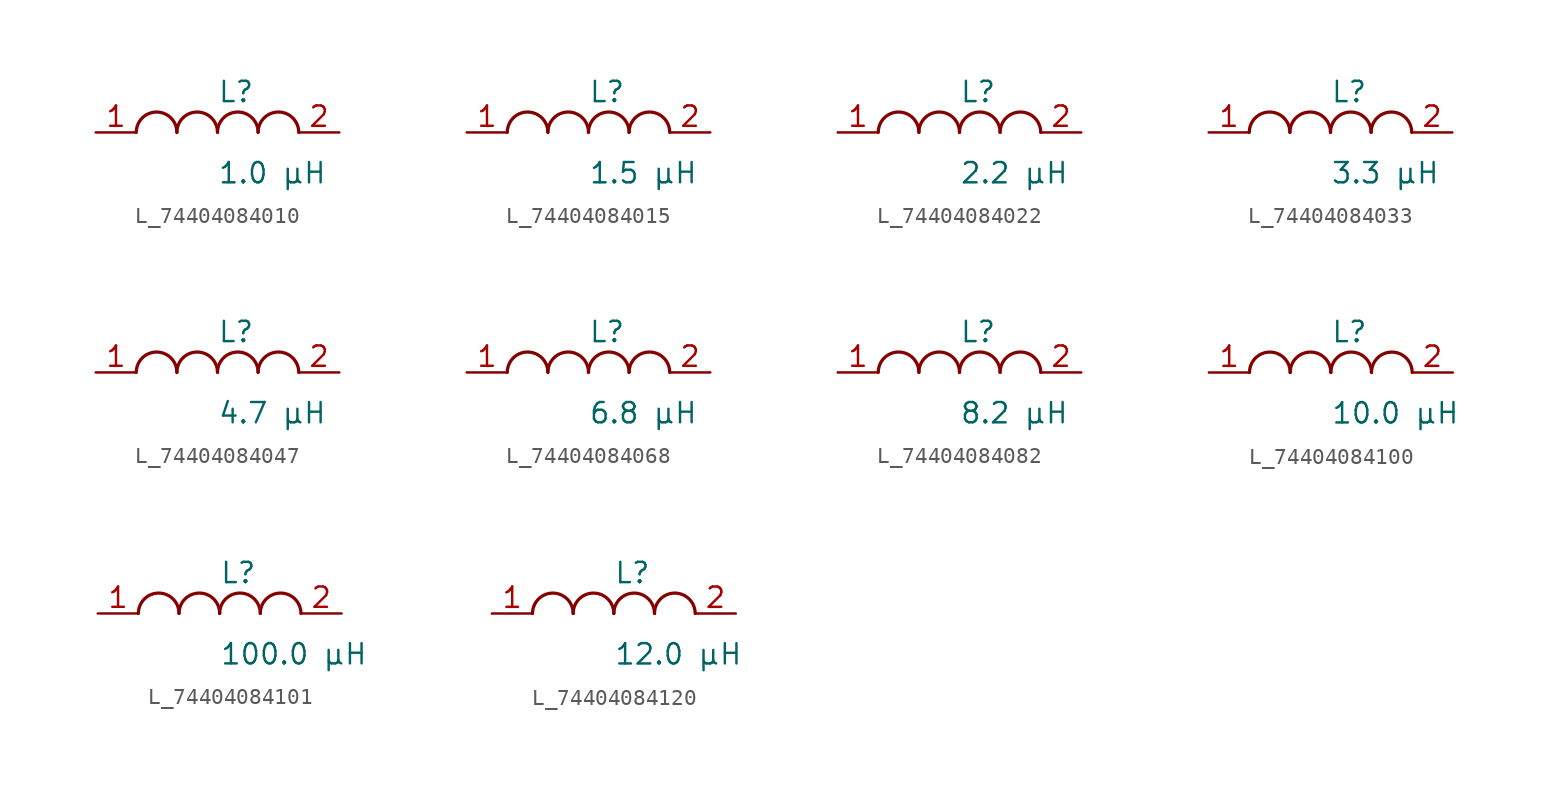
<source format=kicad_sym>
(kicad_symbol_lib
  (version 20231120)
  (generator kicad_symbol_editor)
  (generator_version 8.0)
  (symbol "L_74404084010"
    (pin_names
      (offset 0.254))
    (property "Reference" "L"
      (at 0.0 2.54 0)
      (effects (font (size 1.27 1.27)) (justify left)))
    (property "Value" "1.0 µH"
      (at 0.0 -2.54 0)
      (effects (font (size 1.27 1.27)) (justify left)))
    (symbol "L_74404084010_1_1"
      (arc (start -2.54 0.0056) (mid -3.81 1.27) (end -5.08 0.0056) (stroke (width 0.2032) (type default)) (fill (type none)))
      (arc (start 0 0.0056) (mid -1.27 1.27) (end -2.54 0.0056) (stroke (width 0.2032) (type default)) (fill (type none)))
      (arc (start 2.54 0.0056) (mid 1.27 1.27) (end 0 0.0056) (stroke (width 0.2032) (type default)) (fill (type none)))
      (arc (start 5.08 0.0056) (mid 3.81 1.27) (end 2.54 0.0056) (stroke (width 0.2032) (type default)) (fill (type none)))
      (pin unspecified line (at -7.62 0 0) (length 2.54) (name "" (effects (font (size 1.27 1.27)))) (number "1" (effects (font (size 1.27 1.27)))))
      (pin unspecified line (at 7.62 0 180) (length 2.54) (name "" (effects (font (size 1.27 1.27)))) (number "2" (effects (font (size 1.27 1.27)))))))
  (symbol "L_74404084015"
    (pin_names
      (offset 0.254))
    (property "Reference" "L"
      (at 0.0 2.54 0)
      (effects (font (size 1.27 1.27)) (justify left)))
    (property "Value" "1.5 µH"
      (at 0.0 -2.54 0)
      (effects (font (size 1.27 1.27)) (justify left)))
    (symbol "L_74404084015_1_1"
      (arc (start -2.54 0.0056) (mid -3.81 1.27) (end -5.08 0.0056) (stroke (width 0.2032) (type default)) (fill (type none)))
      (arc (start 0 0.0056) (mid -1.27 1.27) (end -2.54 0.0056) (stroke (width 0.2032) (type default)) (fill (type none)))
      (arc (start 2.54 0.0056) (mid 1.27 1.27) (end 0 0.0056) (stroke (width 0.2032) (type default)) (fill (type none)))
      (arc (start 5.08 0.0056) (mid 3.81 1.27) (end 2.54 0.0056) (stroke (width 0.2032) (type default)) (fill (type none)))
      (pin unspecified line (at -7.62 0 0) (length 2.54) (name "" (effects (font (size 1.27 1.27)))) (number "1" (effects (font (size 1.27 1.27)))))
      (pin unspecified line (at 7.62 0 180) (length 2.54) (name "" (effects (font (size 1.27 1.27)))) (number "2" (effects (font (size 1.27 1.27)))))))
  (symbol "L_74404084022"
    (pin_names
      (offset 0.254))
    (property "Reference" "L"
      (at 0.0 2.54 0)
      (effects (font (size 1.27 1.27)) (justify left)))
    (property "Value" "2.2 µH"
      (at 0.0 -2.54 0)
      (effects (font (size 1.27 1.27)) (justify left)))
    (symbol "L_74404084022_1_1"
      (arc (start -2.54 0.0056) (mid -3.81 1.27) (end -5.08 0.0056) (stroke (width 0.2032) (type default)) (fill (type none)))
      (arc (start 0 0.0056) (mid -1.27 1.27) (end -2.54 0.0056) (stroke (width 0.2032) (type default)) (fill (type none)))
      (arc (start 2.54 0.0056) (mid 1.27 1.27) (end 0 0.0056) (stroke (width 0.2032) (type default)) (fill (type none)))
      (arc (start 5.08 0.0056) (mid 3.81 1.27) (end 2.54 0.0056) (stroke (width 0.2032) (type default)) (fill (type none)))
      (pin unspecified line (at -7.62 0 0) (length 2.54) (name "" (effects (font (size 1.27 1.27)))) (number "1" (effects (font (size 1.27 1.27)))))
      (pin unspecified line (at 7.62 0 180) (length 2.54) (name "" (effects (font (size 1.27 1.27)))) (number "2" (effects (font (size 1.27 1.27)))))))
  (symbol "L_74404084033"
    (pin_names
      (offset 0.254))
    (property "Reference" "L"
      (at 0.0 2.54 0)
      (effects (font (size 1.27 1.27)) (justify left)))
    (property "Value" "3.3 µH"
      (at 0.0 -2.54 0)
      (effects (font (size 1.27 1.27)) (justify left)))
    (symbol "L_74404084033_1_1"
      (arc (start -2.54 0.0056) (mid -3.81 1.27) (end -5.08 0.0056) (stroke (width 0.2032) (type default)) (fill (type none)))
      (arc (start 0 0.0056) (mid -1.27 1.27) (end -2.54 0.0056) (stroke (width 0.2032) (type default)) (fill (type none)))
      (arc (start 2.54 0.0056) (mid 1.27 1.27) (end 0 0.0056) (stroke (width 0.2032) (type default)) (fill (type none)))
      (arc (start 5.08 0.0056) (mid 3.81 1.27) (end 2.54 0.0056) (stroke (width 0.2032) (type default)) (fill (type none)))
      (pin unspecified line (at -7.62 0 0) (length 2.54) (name "" (effects (font (size 1.27 1.27)))) (number "1" (effects (font (size 1.27 1.27)))))
      (pin unspecified line (at 7.62 0 180) (length 2.54) (name "" (effects (font (size 1.27 1.27)))) (number "2" (effects (font (size 1.27 1.27)))))))
  (symbol "L_74404084047"
    (pin_names
      (offset 0.254))
    (property "Reference" "L"
      (at 0.0 2.54 0)
      (effects (font (size 1.27 1.27)) (justify left)))
    (property "Value" "4.7 µH"
      (at 0.0 -2.54 0)
      (effects (font (size 1.27 1.27)) (justify left)))
    (symbol "L_74404084047_1_1"
      (arc (start -2.54 0.0056) (mid -3.81 1.27) (end -5.08 0.0056) (stroke (width 0.2032) (type default)) (fill (type none)))
      (arc (start 0 0.0056) (mid -1.27 1.27) (end -2.54 0.0056) (stroke (width 0.2032) (type default)) (fill (type none)))
      (arc (start 2.54 0.0056) (mid 1.27 1.27) (end 0 0.0056) (stroke (width 0.2032) (type default)) (fill (type none)))
      (arc (start 5.08 0.0056) (mid 3.81 1.27) (end 2.54 0.0056) (stroke (width 0.2032) (type default)) (fill (type none)))
      (pin unspecified line (at -7.62 0 0) (length 2.54) (name "" (effects (font (size 1.27 1.27)))) (number "1" (effects (font (size 1.27 1.27)))))
      (pin unspecified line (at 7.62 0 180) (length 2.54) (name "" (effects (font (size 1.27 1.27)))) (number "2" (effects (font (size 1.27 1.27)))))))
  (symbol "L_74404084068"
    (pin_names
      (offset 0.254))
    (property "Reference" "L"
      (at 0.0 2.54 0)
      (effects (font (size 1.27 1.27)) (justify left)))
    (property "Value" "6.8 µH"
      (at 0.0 -2.54 0)
      (effects (font (size 1.27 1.27)) (justify left)))
    (symbol "L_74404084068_1_1"
      (arc (start -2.54 0.0056) (mid -3.81 1.27) (end -5.08 0.0056) (stroke (width 0.2032) (type default)) (fill (type none)))
      (arc (start 0 0.0056) (mid -1.27 1.27) (end -2.54 0.0056) (stroke (width 0.2032) (type default)) (fill (type none)))
      (arc (start 2.54 0.0056) (mid 1.27 1.27) (end 0 0.0056) (stroke (width 0.2032) (type default)) (fill (type none)))
      (arc (start 5.08 0.0056) (mid 3.81 1.27) (end 2.54 0.0056) (stroke (width 0.2032) (type default)) (fill (type none)))
      (pin unspecified line (at -7.62 0 0) (length 2.54) (name "" (effects (font (size 1.27 1.27)))) (number "1" (effects (font (size 1.27 1.27)))))
      (pin unspecified line (at 7.62 0 180) (length 2.54) (name "" (effects (font (size 1.27 1.27)))) (number "2" (effects (font (size 1.27 1.27)))))))
  (symbol "L_74404084082"
    (pin_names
      (offset 0.254))
    (property "Reference" "L"
      (at 0.0 2.54 0)
      (effects (font (size 1.27 1.27)) (justify left)))
    (property "Value" "8.2 µH"
      (at 0.0 -2.54 0)
      (effects (font (size 1.27 1.27)) (justify left)))
    (symbol "L_74404084082_1_1"
      (arc (start -2.54 0.0056) (mid -3.81 1.27) (end -5.08 0.0056) (stroke (width 0.2032) (type default)) (fill (type none)))
      (arc (start 0 0.0056) (mid -1.27 1.27) (end -2.54 0.0056) (stroke (width 0.2032) (type default)) (fill (type none)))
      (arc (start 2.54 0.0056) (mid 1.27 1.27) (end 0 0.0056) (stroke (width 0.2032) (type default)) (fill (type none)))
      (arc (start 5.08 0.0056) (mid 3.81 1.27) (end 2.54 0.0056) (stroke (width 0.2032) (type default)) (fill (type none)))
      (pin unspecified line (at -7.62 0 0) (length 2.54) (name "" (effects (font (size 1.27 1.27)))) (number "1" (effects (font (size 1.27 1.27)))))
      (pin unspecified line (at 7.62 0 180) (length 2.54) (name "" (effects (font (size 1.27 1.27)))) (number "2" (effects (font (size 1.27 1.27)))))))
  (symbol "L_74404084100"
    (pin_names
      (offset 0.254))
    (property "Reference" "L"
      (at 0.0 2.54 0)
      (effects (font (size 1.27 1.27)) (justify left)))
    (property "Value" "10.0 µH"
      (at 0.0 -2.54 0)
      (effects (font (size 1.27 1.27)) (justify left)))
    (symbol "L_74404084100_1_1"
      (arc (start -2.54 0.0056) (mid -3.81 1.27) (end -5.08 0.0056) (stroke (width 0.2032) (type default)) (fill (type none)))
      (arc (start 0 0.0056) (mid -1.27 1.27) (end -2.54 0.0056) (stroke (width 0.2032) (type default)) (fill (type none)))
      (arc (start 2.54 0.0056) (mid 1.27 1.27) (end 0 0.0056) (stroke (width 0.2032) (type default)) (fill (type none)))
      (arc (start 5.08 0.0056) (mid 3.81 1.27) (end 2.54 0.0056) (stroke (width 0.2032) (type default)) (fill (type none)))
      (pin unspecified line (at -7.62 0 0) (length 2.54) (name "" (effects (font (size 1.27 1.27)))) (number "1" (effects (font (size 1.27 1.27)))))
      (pin unspecified line (at 7.62 0 180) (length 2.54) (name "" (effects (font (size 1.27 1.27)))) (number "2" (effects (font (size 1.27 1.27)))))))
  (symbol "L_74404084101"
    (pin_names
      (offset 0.254))
    (property "Reference" "L"
      (at 0.0 2.54 0)
      (effects (font (size 1.27 1.27)) (justify left)))
    (property "Value" "100.0 µH"
      (at 0.0 -2.54 0)
      (effects (font (size 1.27 1.27)) (justify left)))
    (symbol "L_74404084101_1_1"
      (arc (start -2.54 0.0056) (mid -3.81 1.27) (end -5.08 0.0056) (stroke (width 0.2032) (type default)) (fill (type none)))
      (arc (start 0 0.0056) (mid -1.27 1.27) (end -2.54 0.0056) (stroke (width 0.2032) (type default)) (fill (type none)))
      (arc (start 2.54 0.0056) (mid 1.27 1.27) (end 0 0.0056) (stroke (width 0.2032) (type default)) (fill (type none)))
      (arc (start 5.08 0.0056) (mid 3.81 1.27) (end 2.54 0.0056) (stroke (width 0.2032) (type default)) (fill (type none)))
      (pin unspecified line (at -7.62 0 0) (length 2.54) (name "" (effects (font (size 1.27 1.27)))) (number "1" (effects (font (size 1.27 1.27)))))
      (pin unspecified line (at 7.62 0 180) (length 2.54) (name "" (effects (font (size 1.27 1.27)))) (number "2" (effects (font (size 1.27 1.27)))))))
  (symbol "L_74404084120"
    (pin_names
      (offset 0.254))
    (property "Reference" "L"
      (at 0.0 2.54 0)
      (effects (font (size 1.27 1.27)) (justify left)))
    (property "Value" "12.0 µH"
      (at 0.0 -2.54 0)
      (effects (font (size 1.27 1.27)) (justify left)))
    (symbol "L_74404084120_1_1"
      (arc (start -2.54 0.0056) (mid -3.81 1.27) (end -5.08 0.0056) (stroke (width 0.2032) (type default)) (fill (type none)))
      (arc (start 0 0.0056) (mid -1.27 1.27) (end -2.54 0.0056) (stroke (width 0.2032) (type default)) (fill (type none)))
      (arc (start 2.54 0.0056) (mid 1.27 1.27) (end 0 0.0056) (stroke (width 0.2032) (type default)) (fill (type none)))
      (arc (start 5.08 0.0056) (mid 3.81 1.27) (end 2.54 0.0056) (stroke (width 0.2032) (type default)) (fill (type none)))
      (pin unspecified line (at -7.62 0 0) (length 2.54) (name "" (effects (font (size 1.27 1.27)))) (number "1" (effects (font (size 1.27 1.27)))))
      (pin unspecified line (at 7.62 0 180) (length 2.54) (name "" (effects (font (size 1.27 1.27)))) (number "2" (effects (font (size 1.27 1.27))))))))
</source>
